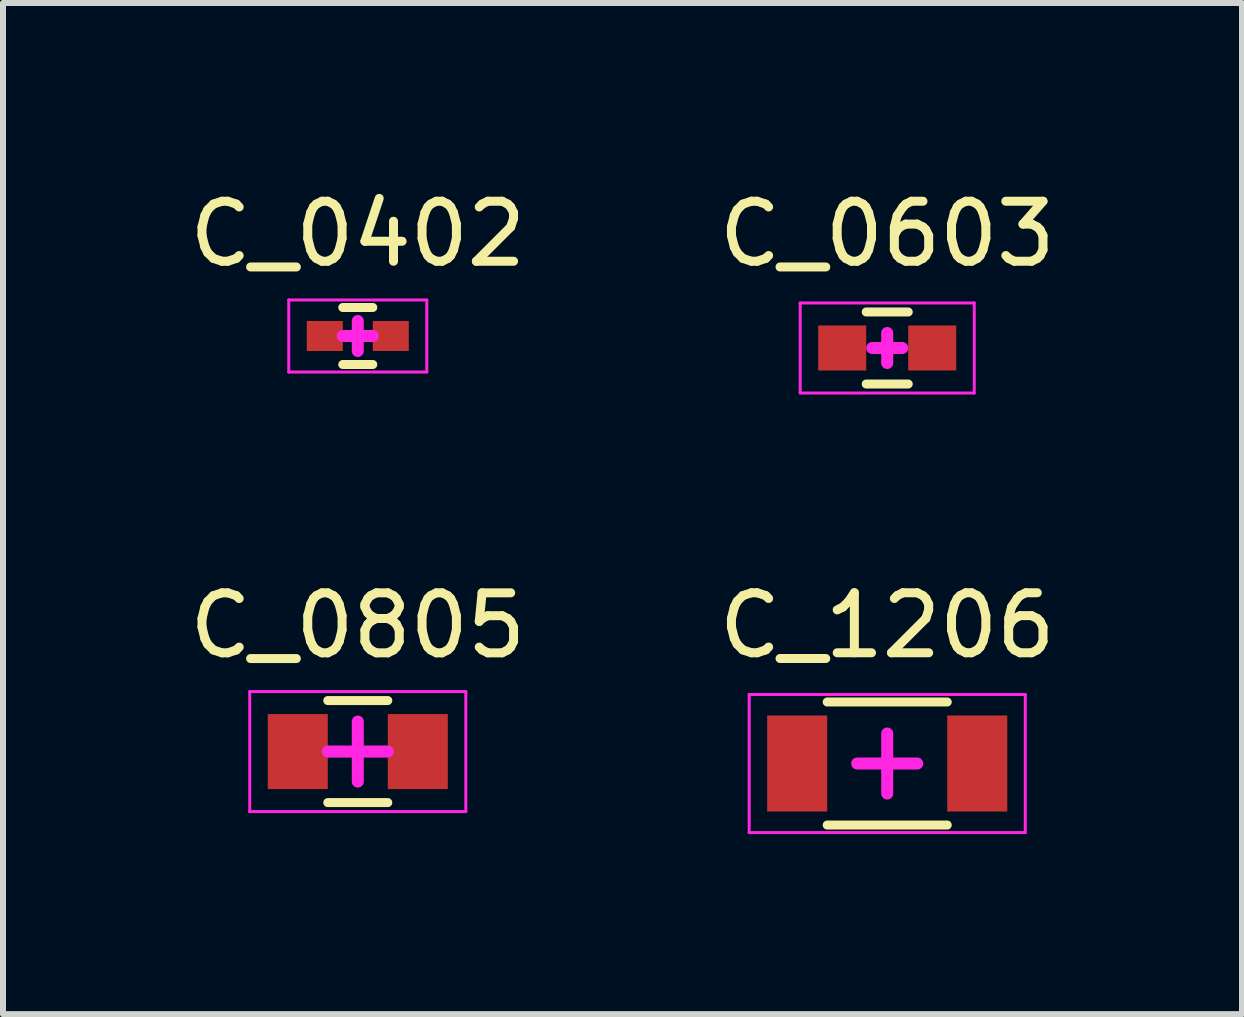
<source format=kicad_pcb>
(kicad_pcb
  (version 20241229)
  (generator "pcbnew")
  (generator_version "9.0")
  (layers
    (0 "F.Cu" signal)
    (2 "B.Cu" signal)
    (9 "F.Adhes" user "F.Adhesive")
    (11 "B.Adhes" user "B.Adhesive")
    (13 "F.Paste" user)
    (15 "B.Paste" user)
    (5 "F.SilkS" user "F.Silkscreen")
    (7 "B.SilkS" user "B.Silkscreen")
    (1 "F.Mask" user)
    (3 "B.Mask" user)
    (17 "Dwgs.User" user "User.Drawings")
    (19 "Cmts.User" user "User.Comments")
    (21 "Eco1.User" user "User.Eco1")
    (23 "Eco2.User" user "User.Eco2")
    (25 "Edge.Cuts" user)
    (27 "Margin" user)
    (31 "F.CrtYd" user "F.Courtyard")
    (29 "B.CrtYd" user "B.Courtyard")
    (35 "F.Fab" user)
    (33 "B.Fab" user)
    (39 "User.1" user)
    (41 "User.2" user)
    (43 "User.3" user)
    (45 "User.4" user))
  (footprint "C_0402"
    (layer "F.Cu")
    (at 2.911 2.548)
    (property "Reference" "C_0402" (at 0 -1.7 0) (layer "F.SilkS") (effects (font (size 1 1) (thickness 0.15))))
    (attr smd)
    (fp_line (start -0.25 0.475) (end 0.25 0.475) (stroke (width 0.15) (type solid)) (layer "F.SilkS"))
    (fp_line (start 0.25 -0.475) (end -0.25 -0.475) (stroke (width 0.15) (type solid)) (layer "F.SilkS"))
    (fp_line (start -1.15 -0.6) (end -1.15 0.6) (stroke (width 0.05) (type solid)) (layer "F.CrtYd"))
    (fp_line (start -1.15 -0.6) (end 1.15 -0.6) (stroke (width 0.05) (type solid)) (layer "F.CrtYd"))
    (fp_line (start -1.15 0.6) (end 1.15 0.6) (stroke (width 0.05) (type solid)) (layer "F.CrtYd"))
    (fp_line (start -0.25 0) (end 0.25 0) (stroke (width 0.2) (type solid)) (layer "F.CrtYd"))
    (fp_line (start 0 -0.25) (end 0 0.25) (stroke (width 0.2) (type solid)) (layer "F.CrtYd"))
    (fp_line (start 1.15 -0.6) (end 1.15 0.6) (stroke (width 0.05) (type solid)) (layer "F.CrtYd"))
    (pad "1" smd rect (at -0.55 0) (size 0.6 0.5) (layers "F.Cu" "F.Mask" "F.Paste"))
    (pad "2" smd rect (at 0.55 0) (size 0.6 0.5) (layers "F.Cu" "F.Mask" "F.Paste")))
  (footprint "C_0603"
    (layer "F.Cu")
    (at 11.732 2.748)
    (property "Reference" "C_0603" (at 0 -1.9 0) (layer "F.SilkS") (effects (font (size 1 1) (thickness 0.15))))
    (attr smd)
    (fp_line (start -0.35 -0.6) (end 0.35 -0.6) (stroke (width 0.15) (type solid)) (layer "F.SilkS"))
    (fp_line (start 0.35 0.6) (end -0.35 0.6) (stroke (width 0.15) (type solid)) (layer "F.SilkS"))
    (fp_line (start -1.45 -0.75) (end -1.45 0.75) (stroke (width 0.05) (type solid)) (layer "F.CrtYd"))
    (fp_line (start -1.45 -0.75) (end 1.45 -0.75) (stroke (width 0.05) (type solid)) (layer "F.CrtYd"))
    (fp_line (start -1.45 0.75) (end 1.45 0.75) (stroke (width 0.05) (type solid)) (layer "F.CrtYd"))
    (fp_line (start -0.25 0) (end 0.25 0) (stroke (width 0.2) (type solid)) (layer "F.CrtYd"))
    (fp_line (start 0 -0.25) (end 0 0.25) (stroke (width 0.2) (type solid)) (layer "F.CrtYd"))
    (fp_line (start 1.45 -0.75) (end 1.45 0.75) (stroke (width 0.05) (type solid)) (layer "F.CrtYd"))
    (pad "1" smd rect (at -0.75 0) (size 0.8 0.75) (layers "F.Cu" "F.Mask" "F.Paste"))
    (pad "2" smd rect (at 0.75 0) (size 0.8 0.75) (layers "F.Cu" "F.Mask" "F.Paste")))
  (footprint "C_1206"
    (layer "F.Cu")
    (at 11.732 9.671)
    (property "Reference" "C_1206" (at 0 -2.3 0) (layer "F.SilkS") (effects (font (size 1 1) (thickness 0.15))))
    (attr smd)
    (fp_line (start -1 1.025) (end 1 1.025) (stroke (width 0.15) (type solid)) (layer "F.SilkS"))
    (fp_line (start 1 -1.025) (end -1 -1.025) (stroke (width 0.15) (type solid)) (layer "F.SilkS"))
    (fp_line (start -2.3 -1.15) (end -2.3 1.15) (stroke (width 0.05) (type solid)) (layer "F.CrtYd"))
    (fp_line (start -2.3 -1.15) (end 2.3 -1.15) (stroke (width 0.05) (type solid)) (layer "F.CrtYd"))
    (fp_line (start -2.3 1.15) (end 2.3 1.15) (stroke (width 0.05) (type solid)) (layer "F.CrtYd"))
    (fp_line (start -0.5 0) (end 0.5 0) (stroke (width 0.2) (type solid)) (layer "F.CrtYd"))
    (fp_line (start 0 -0.5) (end 0 0.5) (stroke (width 0.2) (type solid)) (layer "F.CrtYd"))
    (fp_line (start 2.3 -1.15) (end 2.3 1.15) (stroke (width 0.05) (type solid)) (layer "F.CrtYd"))
    (pad "1" smd rect (at -1.5 0) (size 1 1.6) (layers "F.Cu" "F.Mask" "F.Paste"))
    (pad "2" smd rect (at 1.5 0) (size 1 1.6) (layers "F.Cu" "F.Mask" "F.Paste")))
  (footprint "C_0805"
    (layer "F.Cu")
    (at 2.911 9.472)
    (property "Reference" "C_0805" (at 0 -2.1 0) (layer "F.SilkS") (effects (font (size 1 1) (thickness 0.15))))
    (attr smd)
    (fp_line (start -0.5 0.85) (end 0.5 0.85) (stroke (width 0.15) (type solid)) (layer "F.SilkS"))
    (fp_line (start 0.5 -0.85) (end -0.5 -0.85) (stroke (width 0.15) (type solid)) (layer "F.SilkS"))
    (fp_line (start -1.8 -1) (end -1.8 1) (stroke (width 0.05) (type solid)) (layer "F.CrtYd"))
    (fp_line (start -1.8 -1) (end 1.8 -1) (stroke (width 0.05) (type solid)) (layer "F.CrtYd"))
    (fp_line (start -1.8 1) (end 1.8 1) (stroke (width 0.05) (type solid)) (layer "F.CrtYd"))
    (fp_line (start -0.5 0) (end 0.5 0) (stroke (width 0.2) (type solid)) (layer "F.CrtYd"))
    (fp_line (start 0 -0.5) (end 0 0.5) (stroke (width 0.2) (type solid)) (layer "F.CrtYd"))
    (fp_line (start 1.8 -1) (end 1.8 1) (stroke (width 0.05) (type solid)) (layer "F.CrtYd"))
    (pad "1" smd rect (at -1 0) (size 1 1.25) (layers "F.Cu" "F.Mask" "F.Paste"))
    (pad "2" smd rect (at 1 0) (size 1 1.25) (layers "F.Cu" "F.Mask" "F.Paste")))
  (gr_rect
    (start -3 -3)
    (end 17.643 13.847)
    (stroke (width 0.1) (type default))
    (fill no)
    (layer "Edge.Cuts")))
</source>
